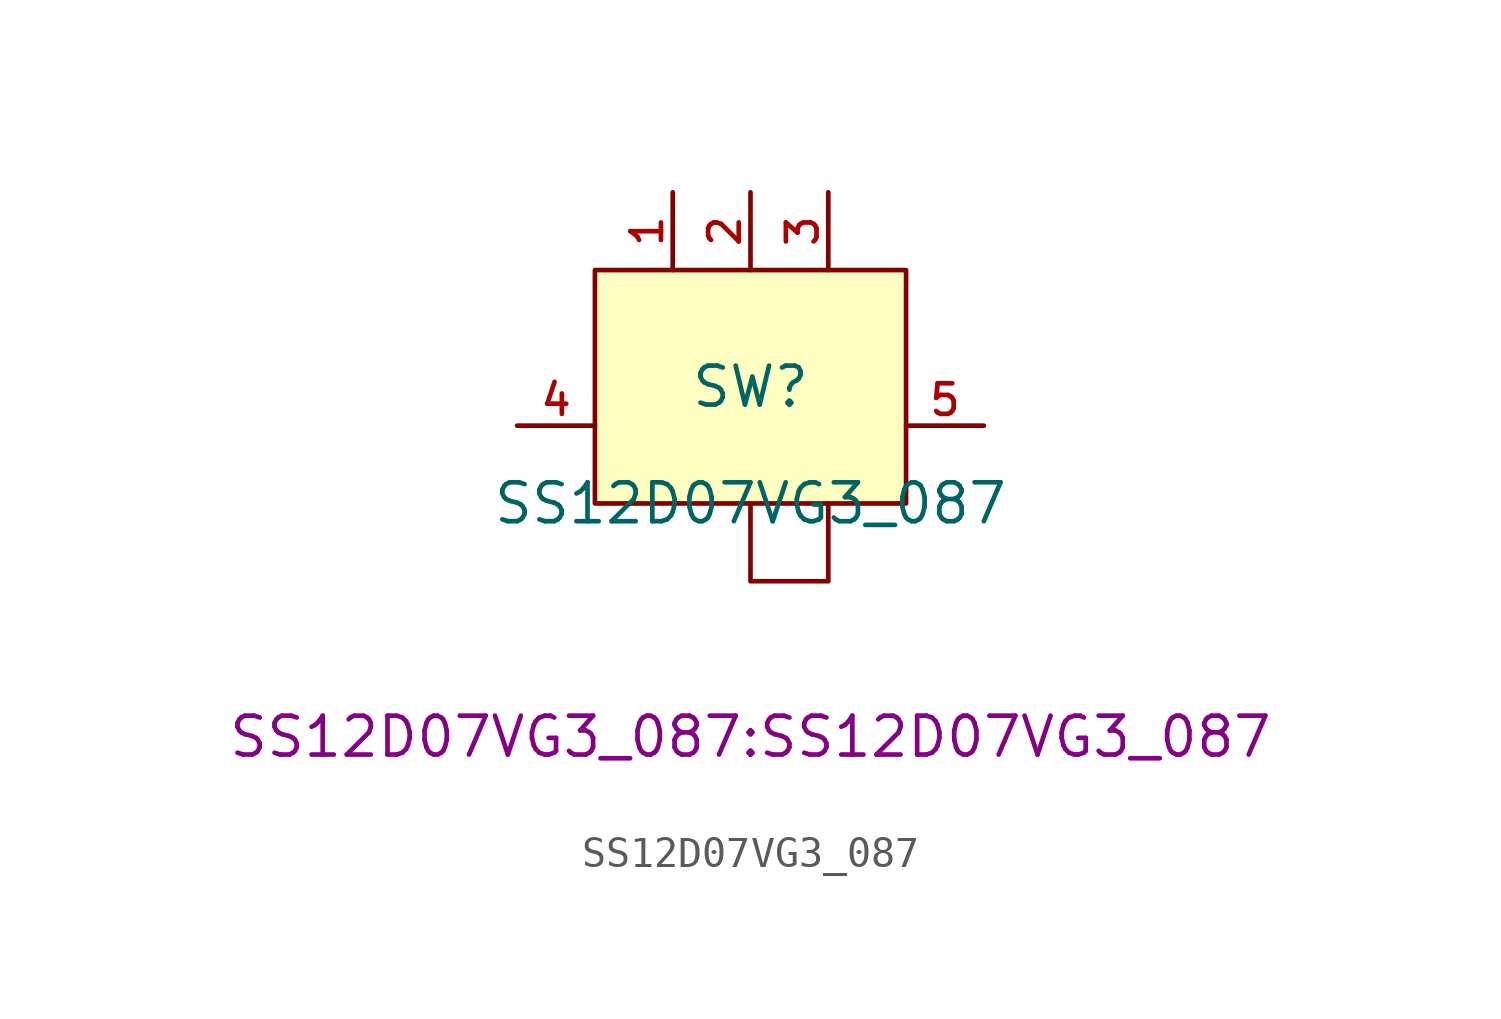
<source format=kicad_sym>
(kicad_symbol_lib
  (version 20210201)
  (generator TousstNicolas/JLC2KiCad_lib)
  (symbol "SS12D07VG3_087"
    (pin_names hide)
    (property "Reference" "SW"
      (at 0 1.27 0)
      (effects (font (size 1.27 1.27))))
    (property "Value" "SS12D07VG3_087"
      (at 0 -2.54 0)
      (effects (font (size 1.27 1.27))))
    (property "Footprint" "SS12D07VG3_087:SS12D07VG3_087"
      (at 0 -10.16 0))
    (symbol "SS12D07VG3_087_0_1"
      (polyline (pts (xy 0.0 -2.54) (xy 0.0 -5.08) (xy 2.54 -5.08) (xy 2.54 -2.54)) (stroke (width 0) (type default) (color 0 0 0 0)) (fill (type none)))
      (pin unspecified line (at 7.62 -0.0 180) (length 2.54) (name "5" (effects (font (size 1 1)))) (number "5" (effects (font (size 1 1)))))
      (pin unspecified line (at -7.62 -0.0 0) (length 2.54) (name "4" (effects (font (size 1 1)))) (number "4" (effects (font (size 1 1)))))
      (pin unspecified line (at 2.54 7.62 270) (length 2.54) (name "3" (effects (font (size 1 1)))) (number "3" (effects (font (size 1 1)))))
      (pin unspecified line (at 0.0 7.62 270) (length 2.54) (name "2" (effects (font (size 1 1)))) (number "2" (effects (font (size 1 1)))))
      (pin unspecified line (at -2.54 7.62 270) (length 2.54) (name "1" (effects (font (size 1 1)))) (number "1" (effects (font (size 1 1)))))
      (rectangle (start -5.08 5.08) (end 5.08 -2.54) (stroke (width 0) (type default) (color 0 0 0 0)) (fill (type background))))))
</source>
